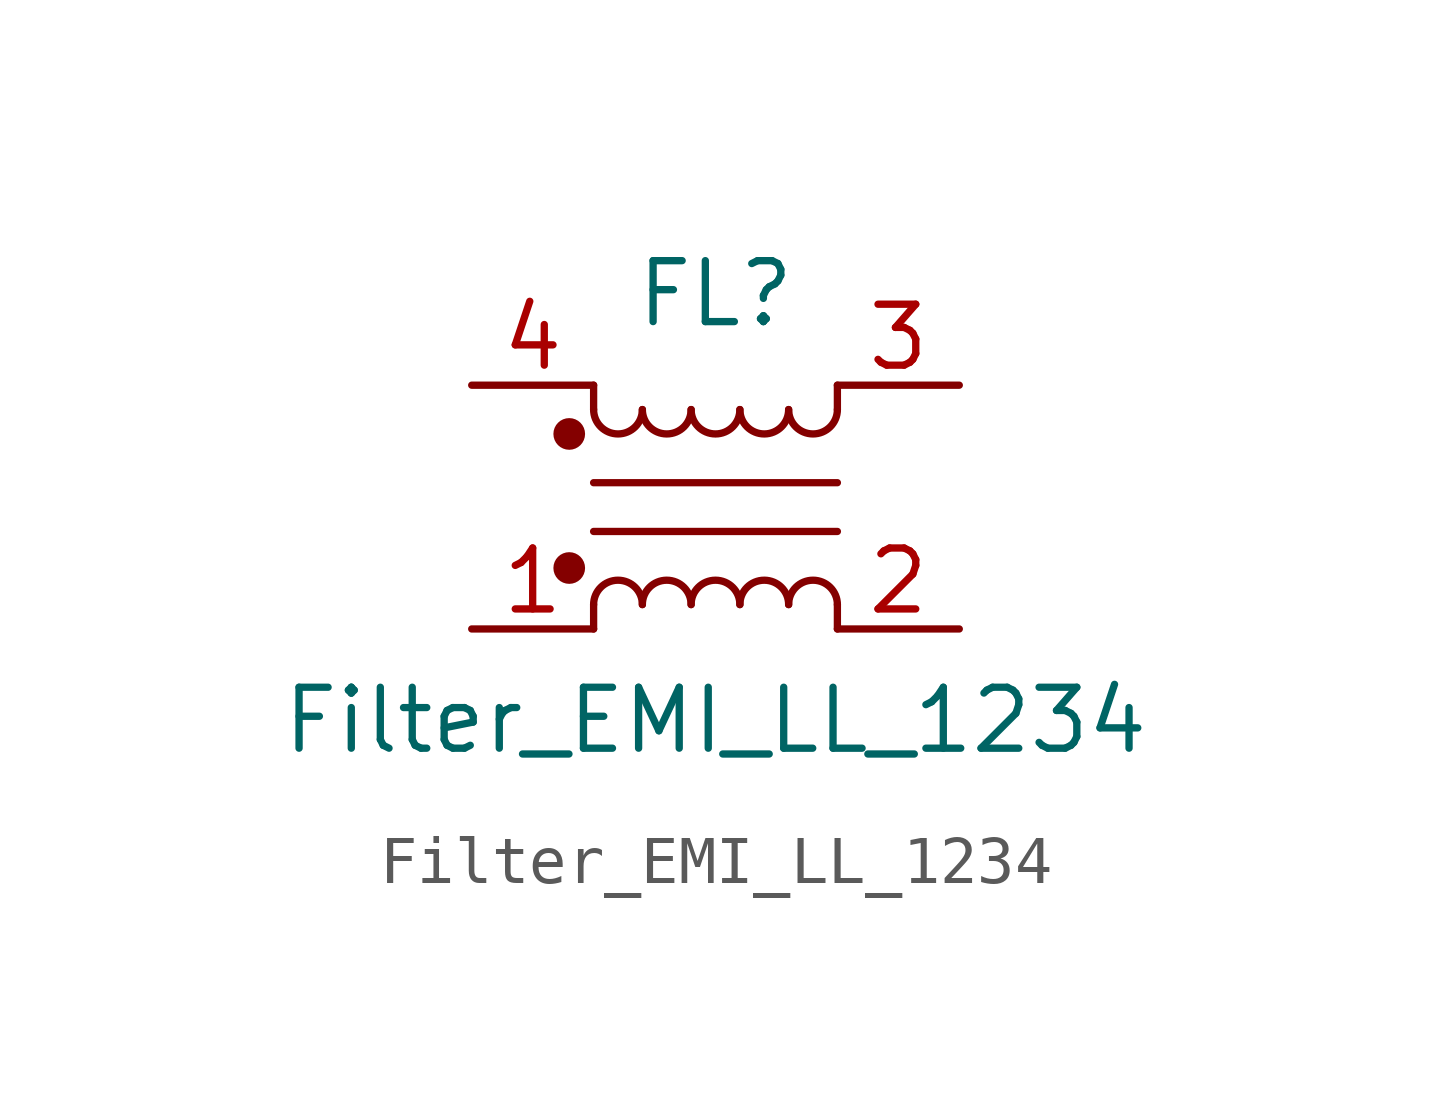
<source format=kicad_sym>
(kicad_symbol_lib
  (version 20231120)
  (generator "kicad_symbol_editor")
  (generator_version "8.0")
  (symbol "Filter_EMI_LL_1234"
    (pin_names hide)
    (property "Reference" "FL"
      (at 5.08 6.985 0)
      (effects (font (size 1.27 1.27))))
    (property "Value" "Filter_EMI_LL_1234"
      (at 5.08 -1.905 0)
      (effects (font (size 1.27 1.27))))
    (symbol "Filter_EMI_LL_1234_0_1"
      (polyline (pts (xy 2.54 0.508) (xy 2.54 0)) (stroke (width 0) (type default)) (fill (type none)))
      (polyline (pts (xy 2.54 3.048) (xy 7.62 3.048)) (stroke (width 0) (type default)) (fill (type none)))
      (polyline (pts (xy 2.54 4.572) (xy 2.54 5.08)) (stroke (width 0) (type default)) (fill (type none)))
      (polyline (pts (xy 7.62 0.508) (xy 7.62 0)) (stroke (width 0) (type default)) (fill (type none)))
      (polyline (pts (xy 7.62 2.032) (xy 2.54 2.032)) (stroke (width 0) (type default)) (fill (type none)))
      (polyline (pts (xy 7.62 5.08) (xy 7.62 4.572)) (stroke (width 0) (type default)) (fill (type none)))
      (circle (center 2.032 1.27) (radius 0.254) (stroke (width 0) (type default)) (fill (type outline)))
      (circle (center 2.032 4.064) (radius 0.254) (stroke (width 0) (type default)) (fill (type outline)))
      (arc (start 2.54 4.572) (mid 3.048 4.0662) (end 3.556 4.572) (stroke (width 0) (type default)) (fill (type none)))
      (arc (start 3.556 0.508) (mid 3.048 1.0138) (end 2.54 0.508) (stroke (width 0) (type default)) (fill (type none)))
      (arc (start 3.556 4.572) (mid 4.064 4.0662) (end 4.572 4.572) (stroke (width 0) (type default)) (fill (type none)))
      (arc (start 4.572 0.508) (mid 4.064 1.0138) (end 3.556 0.508) (stroke (width 0) (type default)) (fill (type none)))
      (arc (start 4.572 4.572) (mid 5.08 4.0662) (end 5.588 4.572) (stroke (width 0) (type default)) (fill (type none)))
      (arc (start 5.588 0.508) (mid 5.08 1.0138) (end 4.572 0.508) (stroke (width 0) (type default)) (fill (type none)))
      (arc (start 5.588 4.572) (mid 6.096 4.0662) (end 6.604 4.572) (stroke (width 0) (type default)) (fill (type none)))
      (arc (start 6.604 0.508) (mid 6.096 1.0138) (end 5.588 0.508) (stroke (width 0) (type default)) (fill (type none)))
      (arc (start 6.604 4.572) (mid 7.112 4.0662) (end 7.62 4.572) (stroke (width 0) (type default)) (fill (type none)))
      (arc (start 7.62 0.508) (mid 7.112 1.0138) (end 6.604 0.508) (stroke (width 0) (type default)) (fill (type none))))
    (symbol "Filter_EMI_LL_1234_1_1"
      (pin passive line (at 0 0 0) (length 2.54) (name "1" (effects (font (size 1.27 1.27)))) (number "1" (effects (font (size 1.27 1.27)))))
      (pin passive line (at 10.16 0 180) (length 2.54) (name "2" (effects (font (size 1.27 1.27)))) (number "2" (effects (font (size 1.27 1.27)))))
      (pin passive line (at 10.16 5.08 180) (length 2.54) (name "3" (effects (font (size 1.27 1.27)))) (number "3" (effects (font (size 1.27 1.27)))))
      (pin passive line (at 0 5.08 0) (length 2.54) (name "4" (effects (font (size 1.27 1.27)))) (number "4" (effects (font (size 1.27 1.27))))))))
</source>
